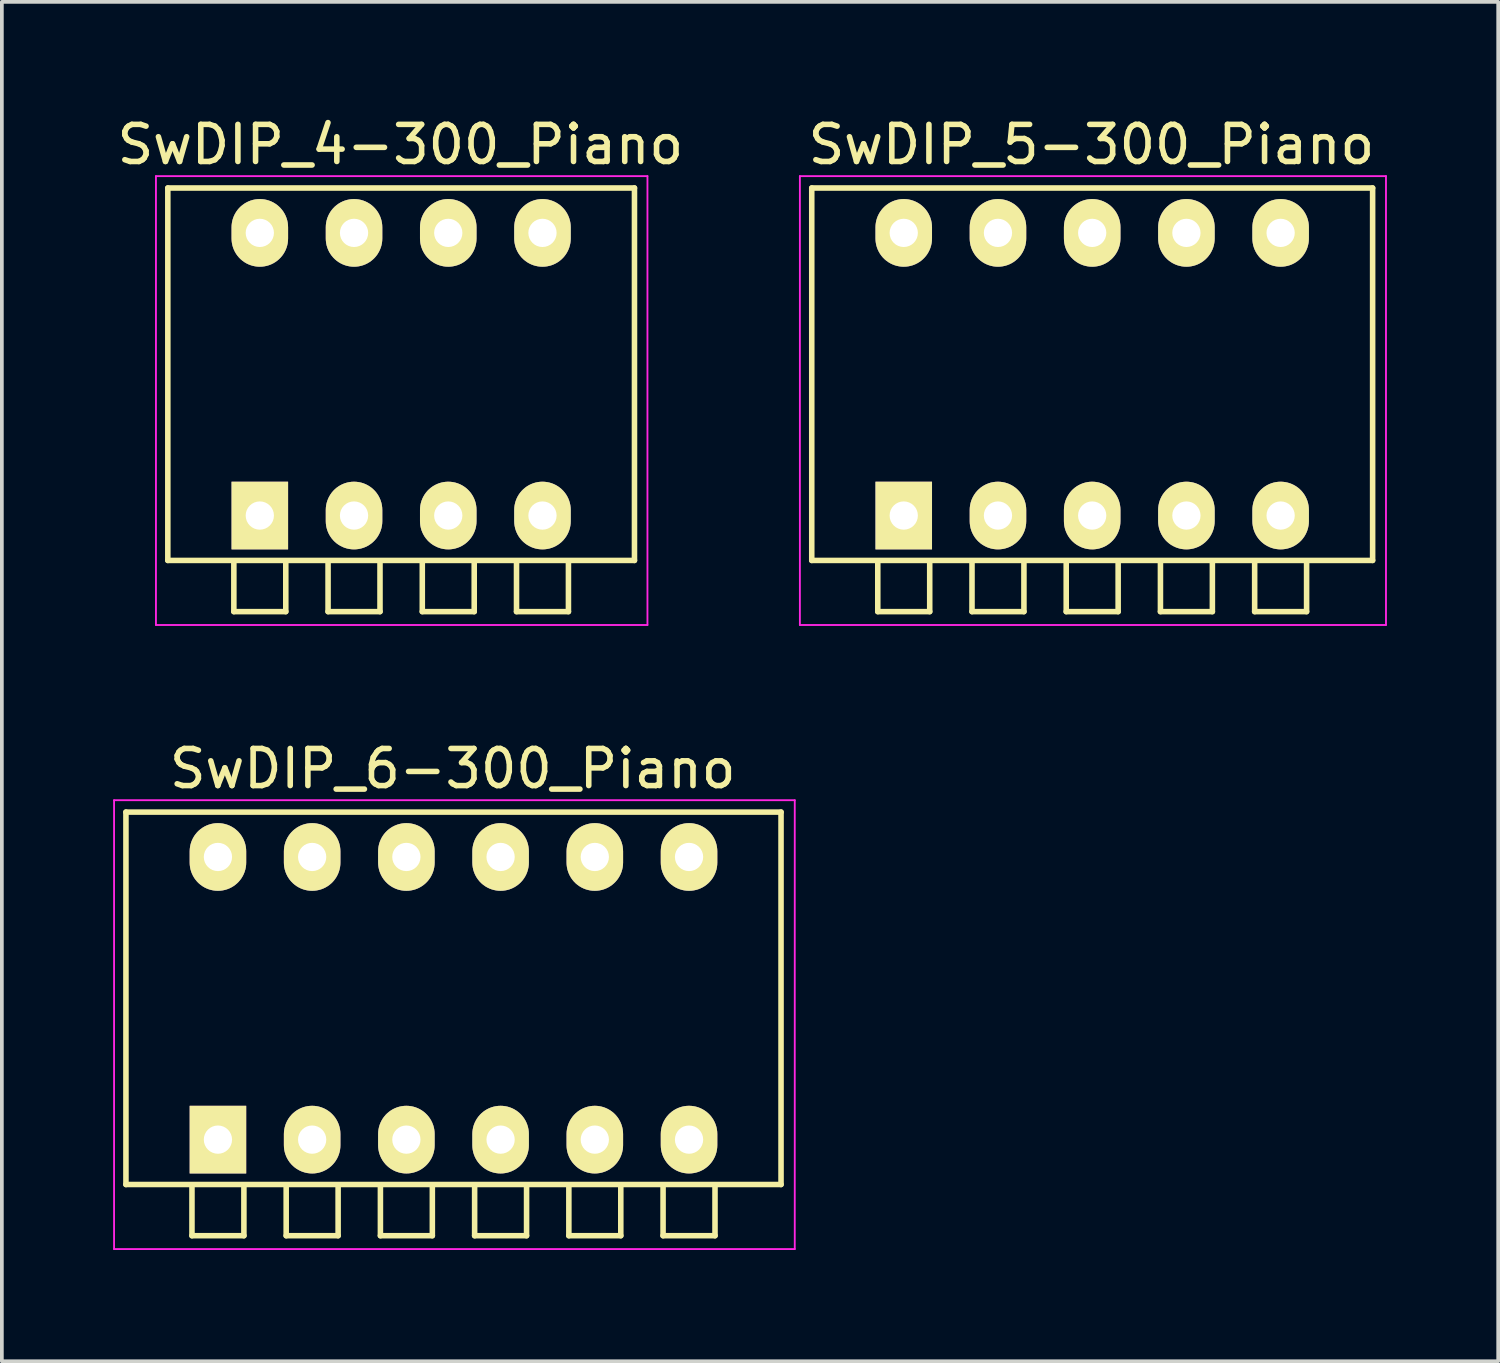
<source format=kicad_pcb>
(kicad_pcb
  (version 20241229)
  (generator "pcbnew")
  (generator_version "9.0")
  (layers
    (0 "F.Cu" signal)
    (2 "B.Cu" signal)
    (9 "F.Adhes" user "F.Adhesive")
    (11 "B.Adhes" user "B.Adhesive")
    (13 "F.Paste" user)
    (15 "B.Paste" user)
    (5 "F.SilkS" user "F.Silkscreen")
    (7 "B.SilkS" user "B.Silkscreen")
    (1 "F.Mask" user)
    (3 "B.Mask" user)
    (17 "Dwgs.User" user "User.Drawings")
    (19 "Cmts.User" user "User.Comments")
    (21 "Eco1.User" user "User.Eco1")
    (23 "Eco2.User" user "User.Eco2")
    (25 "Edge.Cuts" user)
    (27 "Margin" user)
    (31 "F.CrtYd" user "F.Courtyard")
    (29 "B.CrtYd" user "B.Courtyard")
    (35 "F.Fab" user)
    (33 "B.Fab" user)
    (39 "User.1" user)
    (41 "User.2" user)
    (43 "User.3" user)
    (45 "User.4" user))
  (footprint "SwDIP_6-300_Piano"
    (layer "F.Cu")
    (at 2.825 27.672)
    (property "Reference" "SwDIP_6-300_Piano" (at 6.33 -10 0) (layer "F.SilkS") (effects (font (size 1 1) (thickness 0.15))))
    (attr through_hole)
    (fp_line (start -2.48 -8.83) (end 15.18 -8.83) (stroke (width 0.15) (type solid)) (layer "F.SilkS"))
    (fp_line (start -2.48 1.21) (end -2.48 -8.83) (stroke (width 0.15) (type solid)) (layer "F.SilkS"))
    (fp_line (start -0.7 1.22) (end -0.7 2.59) (stroke (width 0.15) (type solid)) (layer "F.SilkS"))
    (fp_line (start -0.7 2.59) (end 0.7 2.59) (stroke (width 0.15) (type solid)) (layer "F.SilkS"))
    (fp_line (start 0.7 2.59) (end 0.7 1.22) (stroke (width 0.15) (type solid)) (layer "F.SilkS"))
    (fp_line (start 1.84 1.22) (end 1.84 2.59) (stroke (width 0.15) (type solid)) (layer "F.SilkS"))
    (fp_line (start 1.84 2.59) (end 3.24 2.59) (stroke (width 0.15) (type solid)) (layer "F.SilkS"))
    (fp_line (start 3.24 2.59) (end 3.24 1.22) (stroke (width 0.15) (type solid)) (layer "F.SilkS"))
    (fp_line (start 4.38 1.22) (end 4.38 2.59) (stroke (width 0.15) (type solid)) (layer "F.SilkS"))
    (fp_line (start 4.38 2.59) (end 5.78 2.59) (stroke (width 0.15) (type solid)) (layer "F.SilkS"))
    (fp_line (start 5.78 2.59) (end 5.78 1.22) (stroke (width 0.15) (type solid)) (layer "F.SilkS"))
    (fp_line (start 6.92 1.22) (end 6.92 2.59) (stroke (width 0.15) (type solid)) (layer "F.SilkS"))
    (fp_line (start 6.92 2.59) (end 8.32 2.59) (stroke (width 0.15) (type solid)) (layer "F.SilkS"))
    (fp_line (start 8.32 2.59) (end 8.32 1.22) (stroke (width 0.15) (type solid)) (layer "F.SilkS"))
    (fp_line (start 9.46 1.22) (end 9.46 2.59) (stroke (width 0.15) (type solid)) (layer "F.SilkS"))
    (fp_line (start 9.46 2.59) (end 10.86 2.59) (stroke (width 0.15) (type solid)) (layer "F.SilkS"))
    (fp_line (start 10.86 2.59) (end 10.86 1.22) (stroke (width 0.15) (type solid)) (layer "F.SilkS"))
    (fp_line (start 12 1.22) (end 12 2.59) (stroke (width 0.15) (type solid)) (layer "F.SilkS"))
    (fp_line (start 12 2.59) (end 13.4 2.59) (stroke (width 0.15) (type solid)) (layer "F.SilkS"))
    (fp_line (start 13.4 2.59) (end 13.4 1.22) (stroke (width 0.15) (type solid)) (layer "F.SilkS"))
    (fp_line (start 15.18 -8.83) (end 15.18 1.21) (stroke (width 0.15) (type solid)) (layer "F.SilkS"))
    (fp_line (start 15.18 1.21) (end -2.48 1.21) (stroke (width 0.15) (type solid)) (layer "F.SilkS"))
    (fp_line (start -2.8 -9.15) (end -2.8 2.95) (stroke (width 0.05) (type solid)) (layer "F.CrtYd"))
    (fp_line (start -2.8 2.95) (end 15.55 2.95) (stroke (width 0.05) (type solid)) (layer "F.CrtYd"))
    (fp_line (start 15.55 -9.15) (end -2.8 -9.15) (stroke (width 0.05) (type solid)) (layer "F.CrtYd"))
    (fp_line (start 15.55 2.95) (end 15.55 -9.15) (stroke (width 0.05) (type solid)) (layer "F.CrtYd"))
    (pad "1" thru_hole rect (at 0 0) (size 1.524 1.824) (drill 0.762) (layers "*.Cu" "*.Mask" "F.SilkS"))
    (pad "2" thru_hole oval (at 2.54 0) (size 1.524 1.824) (drill 0.762) (layers "*.Cu" "*.Mask" "F.SilkS"))
    (pad "3" thru_hole oval (at 5.08 0) (size 1.524 1.824) (drill 0.762) (layers "*.Cu" "*.Mask" "F.SilkS"))
    (pad "4" thru_hole oval (at 7.62 0) (size 1.524 1.824) (drill 0.762) (layers "*.Cu" "*.Mask" "F.SilkS"))
    (pad "5" thru_hole oval (at 10.16 0) (size 1.524 1.824) (drill 0.762) (layers "*.Cu" "*.Mask" "F.SilkS"))
    (pad "6" thru_hole oval (at 12.7 0) (size 1.524 1.824) (drill 0.762) (layers "*.Cu" "*.Mask" "F.SilkS"))
    (pad "7" thru_hole oval (at 12.7 -7.62) (size 1.524 1.824) (drill 0.762) (layers "*.Cu" "*.Mask" "F.SilkS"))
    (pad "8" thru_hole oval (at 10.16 -7.62) (size 1.524 1.824) (drill 0.762) (layers "*.Cu" "*.Mask" "F.SilkS"))
    (pad "9" thru_hole oval (at 7.62 -7.62) (size 1.524 1.824) (drill 0.762) (layers "*.Cu" "*.Mask" "F.SilkS"))
    (pad "10" thru_hole oval (at 5.08 -7.62) (size 1.524 1.824) (drill 0.762) (layers "*.Cu" "*.Mask" "F.SilkS"))
    (pad "11" thru_hole oval (at 2.54 -7.62) (size 1.524 1.824) (drill 0.762) (layers "*.Cu" "*.Mask" "F.SilkS"))
    (pad "12" thru_hole oval (at 0 -7.62) (size 1.524 1.824) (drill 0.762) (layers "*.Cu" "*.Mask" "F.SilkS")))
  (footprint "SwDIP_4-300_Piano"
    (layer "F.Cu")
    (at 3.954 10.848)
    (property "Reference" "SwDIP_4-300_Piano" (at 3.79 -10 0) (layer "F.SilkS") (effects (font (size 1 1) (thickness 0.15))))
    (attr through_hole)
    (fp_line (start -2.48 -8.83) (end 10.1 -8.83) (stroke (width 0.15) (type solid)) (layer "F.SilkS"))
    (fp_line (start -2.48 1.21) (end -2.48 -8.83) (stroke (width 0.15) (type solid)) (layer "F.SilkS"))
    (fp_line (start -0.7 1.22) (end -0.7 2.59) (stroke (width 0.15) (type solid)) (layer "F.SilkS"))
    (fp_line (start -0.7 2.59) (end 0.7 2.59) (stroke (width 0.15) (type solid)) (layer "F.SilkS"))
    (fp_line (start 0.7 2.59) (end 0.7 1.22) (stroke (width 0.15) (type solid)) (layer "F.SilkS"))
    (fp_line (start 1.84 1.22) (end 1.84 2.59) (stroke (width 0.15) (type solid)) (layer "F.SilkS"))
    (fp_line (start 1.84 2.59) (end 3.24 2.59) (stroke (width 0.15) (type solid)) (layer "F.SilkS"))
    (fp_line (start 3.24 2.59) (end 3.24 1.22) (stroke (width 0.15) (type solid)) (layer "F.SilkS"))
    (fp_line (start 4.38 1.22) (end 4.38 2.59) (stroke (width 0.15) (type solid)) (layer "F.SilkS"))
    (fp_line (start 4.38 2.59) (end 5.78 2.59) (stroke (width 0.15) (type solid)) (layer "F.SilkS"))
    (fp_line (start 5.78 2.59) (end 5.78 1.22) (stroke (width 0.15) (type solid)) (layer "F.SilkS"))
    (fp_line (start 6.92 1.22) (end 6.92 2.59) (stroke (width 0.15) (type solid)) (layer "F.SilkS"))
    (fp_line (start 6.92 2.59) (end 8.32 2.59) (stroke (width 0.15) (type solid)) (layer "F.SilkS"))
    (fp_line (start 8.32 2.59) (end 8.32 1.22) (stroke (width 0.15) (type solid)) (layer "F.SilkS"))
    (fp_line (start 10.1 -8.83) (end 10.1 1.21) (stroke (width 0.15) (type solid)) (layer "F.SilkS"))
    (fp_line (start 10.1 1.21) (end -2.48 1.21) (stroke (width 0.15) (type solid)) (layer "F.SilkS"))
    (fp_line (start -2.8 -9.15) (end -2.8 2.95) (stroke (width 0.05) (type solid)) (layer "F.CrtYd"))
    (fp_line (start -2.8 2.95) (end 10.45 2.95) (stroke (width 0.05) (type solid)) (layer "F.CrtYd"))
    (fp_line (start 10.45 -9.15) (end -2.8 -9.15) (stroke (width 0.05) (type solid)) (layer "F.CrtYd"))
    (fp_line (start 10.45 2.95) (end 10.45 -9.15) (stroke (width 0.05) (type solid)) (layer "F.CrtYd"))
    (pad "1" thru_hole rect (at 0 0) (size 1.524 1.824) (drill 0.762) (layers "*.Cu" "*.Mask" "F.SilkS"))
    (pad "2" thru_hole oval (at 2.54 0) (size 1.524 1.824) (drill 0.762) (layers "*.Cu" "*.Mask" "F.SilkS"))
    (pad "3" thru_hole oval (at 5.08 0) (size 1.524 1.824) (drill 0.762) (layers "*.Cu" "*.Mask" "F.SilkS"))
    (pad "4" thru_hole oval (at 7.62 0) (size 1.524 1.824) (drill 0.762) (layers "*.Cu" "*.Mask" "F.SilkS"))
    (pad "5" thru_hole oval (at 7.62 -7.62) (size 1.524 1.824) (drill 0.762) (layers "*.Cu" "*.Mask" "F.SilkS"))
    (pad "6" thru_hole oval (at 5.08 -7.62) (size 1.524 1.824) (drill 0.762) (layers "*.Cu" "*.Mask" "F.SilkS"))
    (pad "7" thru_hole oval (at 2.54 -7.62) (size 1.524 1.824) (drill 0.762) (layers "*.Cu" "*.Mask" "F.SilkS"))
    (pad "8" thru_hole oval (at 0 -7.62) (size 1.524 1.824) (drill 0.762) (layers "*.Cu" "*.Mask" "F.SilkS")))
  (footprint "SwDIP_5-300_Piano"
    (layer "F.Cu")
    (at 21.313 10.848)
    (property "Reference" "SwDIP_5-300_Piano" (at 5.06 -10 0) (layer "F.SilkS") (effects (font (size 1 1) (thickness 0.15))))
    (attr through_hole)
    (fp_line (start -2.48 -8.83) (end 12.64 -8.83) (stroke (width 0.15) (type solid)) (layer "F.SilkS"))
    (fp_line (start -2.48 1.21) (end -2.48 -8.83) (stroke (width 0.15) (type solid)) (layer "F.SilkS"))
    (fp_line (start -0.7 1.22) (end -0.7 2.59) (stroke (width 0.15) (type solid)) (layer "F.SilkS"))
    (fp_line (start -0.7 2.59) (end 0.7 2.59) (stroke (width 0.15) (type solid)) (layer "F.SilkS"))
    (fp_line (start 0.7 2.59) (end 0.7 1.22) (stroke (width 0.15) (type solid)) (layer "F.SilkS"))
    (fp_line (start 1.84 1.22) (end 1.84 2.59) (stroke (width 0.15) (type solid)) (layer "F.SilkS"))
    (fp_line (start 1.84 2.59) (end 3.24 2.59) (stroke (width 0.15) (type solid)) (layer "F.SilkS"))
    (fp_line (start 3.24 2.59) (end 3.24 1.22) (stroke (width 0.15) (type solid)) (layer "F.SilkS"))
    (fp_line (start 4.38 1.22) (end 4.38 2.59) (stroke (width 0.15) (type solid)) (layer "F.SilkS"))
    (fp_line (start 4.38 2.59) (end 5.78 2.59) (stroke (width 0.15) (type solid)) (layer "F.SilkS"))
    (fp_line (start 5.78 2.59) (end 5.78 1.22) (stroke (width 0.15) (type solid)) (layer "F.SilkS"))
    (fp_line (start 6.92 1.22) (end 6.92 2.59) (stroke (width 0.15) (type solid)) (layer "F.SilkS"))
    (fp_line (start 6.92 2.59) (end 8.32 2.59) (stroke (width 0.15) (type solid)) (layer "F.SilkS"))
    (fp_line (start 8.32 2.59) (end 8.32 1.22) (stroke (width 0.15) (type solid)) (layer "F.SilkS"))
    (fp_line (start 9.46 1.22) (end 9.46 2.59) (stroke (width 0.15) (type solid)) (layer "F.SilkS"))
    (fp_line (start 9.46 2.59) (end 10.86 2.59) (stroke (width 0.15) (type solid)) (layer "F.SilkS"))
    (fp_line (start 10.86 2.59) (end 10.86 1.22) (stroke (width 0.15) (type solid)) (layer "F.SilkS"))
    (fp_line (start 12.64 -8.83) (end 12.64 1.21) (stroke (width 0.15) (type solid)) (layer "F.SilkS"))
    (fp_line (start 12.64 1.21) (end -2.48 1.21) (stroke (width 0.15) (type solid)) (layer "F.SilkS"))
    (fp_line (start -2.8 -9.15) (end -2.8 2.95) (stroke (width 0.05) (type solid)) (layer "F.CrtYd"))
    (fp_line (start -2.8 2.95) (end 13 2.95) (stroke (width 0.05) (type solid)) (layer "F.CrtYd"))
    (fp_line (start 13 -9.15) (end -2.8 -9.15) (stroke (width 0.05) (type solid)) (layer "F.CrtYd"))
    (fp_line (start 13 2.95) (end 13 -9.15) (stroke (width 0.05) (type solid)) (layer "F.CrtYd"))
    (pad "1" thru_hole rect (at 0 0) (size 1.524 1.824) (drill 0.762) (layers "*.Cu" "*.Mask" "F.SilkS"))
    (pad "2" thru_hole oval (at 2.54 0) (size 1.524 1.824) (drill 0.762) (layers "*.Cu" "*.Mask" "F.SilkS"))
    (pad "3" thru_hole oval (at 5.08 0) (size 1.524 1.824) (drill 0.762) (layers "*.Cu" "*.Mask" "F.SilkS"))
    (pad "4" thru_hole oval (at 7.62 0) (size 1.524 1.824) (drill 0.762) (layers "*.Cu" "*.Mask" "F.SilkS"))
    (pad "5" thru_hole oval (at 10.16 0) (size 1.524 1.824) (drill 0.762) (layers "*.Cu" "*.Mask" "F.SilkS"))
    (pad "6" thru_hole oval (at 10.16 -7.62) (size 1.524 1.824) (drill 0.762) (layers "*.Cu" "*.Mask" "F.SilkS"))
    (pad "7" thru_hole oval (at 7.62 -7.62) (size 1.524 1.824) (drill 0.762) (layers "*.Cu" "*.Mask" "F.SilkS"))
    (pad "8" thru_hole oval (at 5.08 -7.62) (size 1.524 1.824) (drill 0.762) (layers "*.Cu" "*.Mask" "F.SilkS"))
    (pad "9" thru_hole oval (at 2.54 -7.62) (size 1.524 1.824) (drill 0.762) (layers "*.Cu" "*.Mask" "F.SilkS"))
    (pad "10" thru_hole oval (at 0 -7.62) (size 1.524 1.824) (drill 0.762) (layers "*.Cu" "*.Mask" "F.SilkS")))
  (gr_rect
    (start -3 -3)
    (end 37.338 33.647)
    (stroke (width 0.1) (type default))
    (fill no)
    (layer "Edge.Cuts")))
</source>
